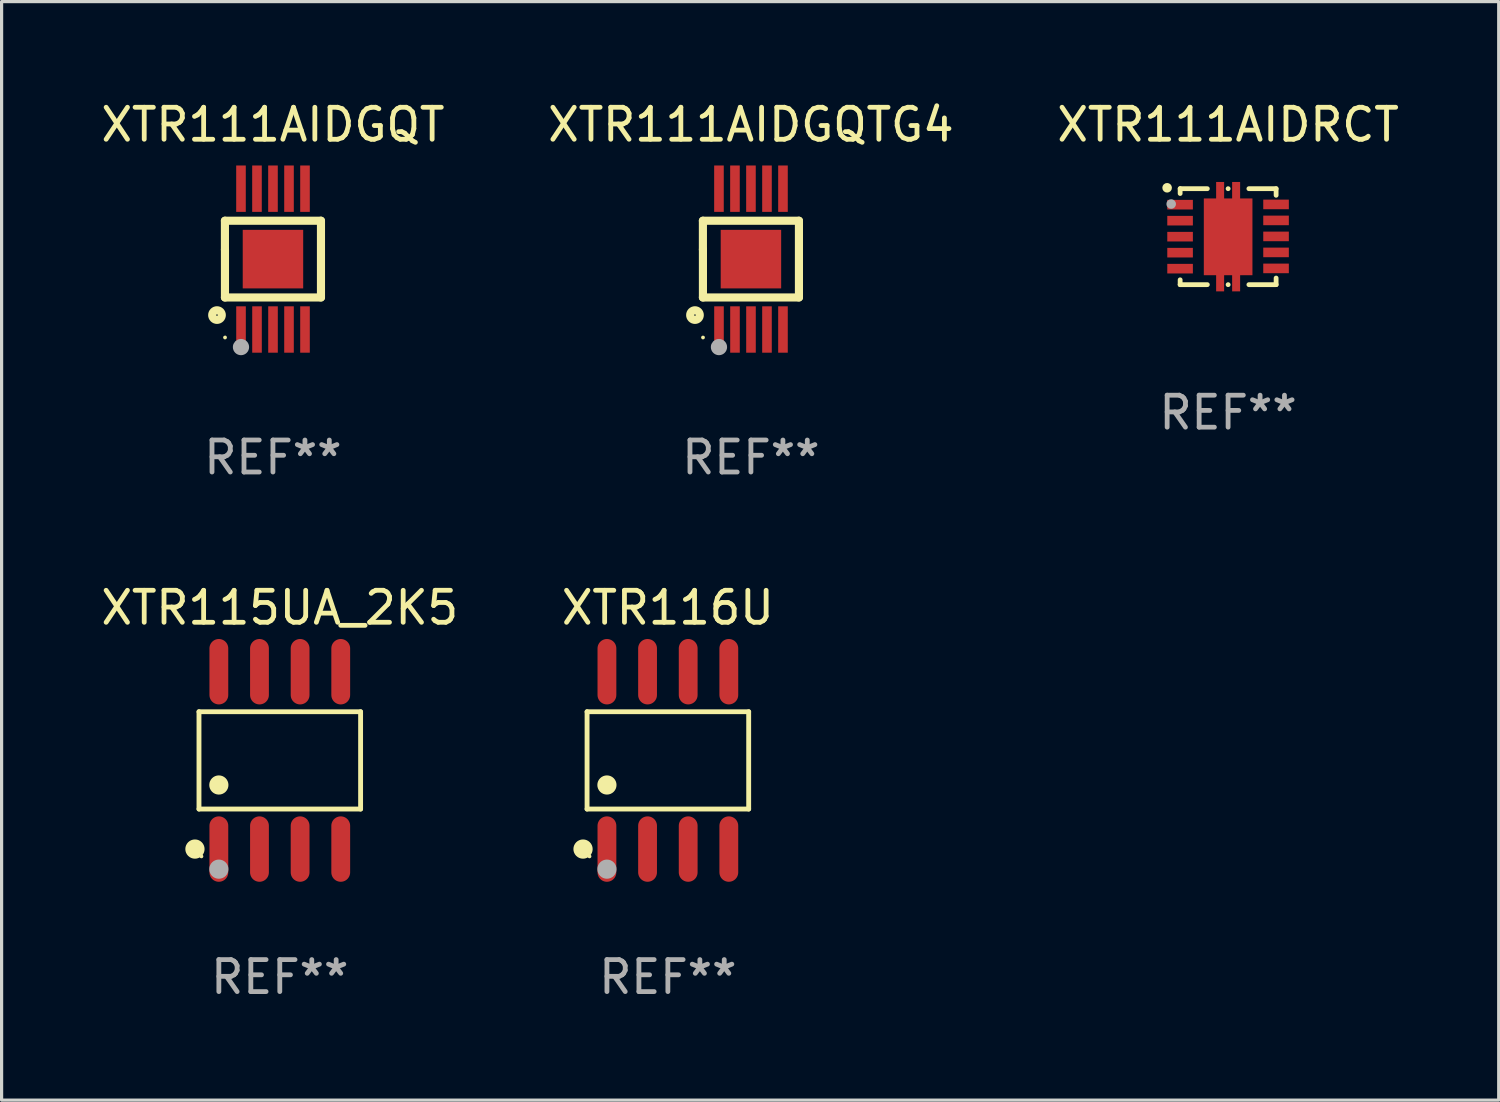
<source format=kicad_pcb>
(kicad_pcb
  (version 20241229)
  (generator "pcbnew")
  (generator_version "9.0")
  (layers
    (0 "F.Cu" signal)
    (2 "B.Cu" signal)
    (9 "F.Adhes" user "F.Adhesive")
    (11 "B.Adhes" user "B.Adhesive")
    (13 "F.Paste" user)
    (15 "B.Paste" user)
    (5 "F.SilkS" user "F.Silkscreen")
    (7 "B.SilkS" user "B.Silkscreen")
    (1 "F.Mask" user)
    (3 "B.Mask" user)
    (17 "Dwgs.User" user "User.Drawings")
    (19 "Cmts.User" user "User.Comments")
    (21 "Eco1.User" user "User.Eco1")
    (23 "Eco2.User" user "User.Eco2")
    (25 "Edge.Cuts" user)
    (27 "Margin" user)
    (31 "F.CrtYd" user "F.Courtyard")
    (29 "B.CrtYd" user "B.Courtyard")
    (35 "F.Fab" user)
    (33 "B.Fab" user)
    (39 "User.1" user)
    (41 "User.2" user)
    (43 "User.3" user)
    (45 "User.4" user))
  (footprint "XTR111AIDGQT"
    (layer "F.Cu")
    (at 5.482 5.049)
    (property "Reference" "XTR111AIDGQT" (at 0 -4.201 0) (layer "F.SilkS") (effects (font (size 1 1) (thickness 0.15))))
    (attr through_hole)
    (fp_line (start -1.501 -1.199) (end -1.501 -0.3) (stroke (width 0.254) (type solid)) (layer "F.SilkS"))
    (fp_line (start -1.501 1.199) (end 1.501 1.199) (stroke (width 0.254) (type solid)) (layer "F.SilkS"))
    (fp_line (start -1.5 1.2) (end -1.5 -0.3) (stroke (width 0.254) (type solid)) (layer "F.SilkS"))
    (fp_line (start 1.501 -1.199) (end -1.501 -1.199) (stroke (width 0.254) (type solid)) (layer "F.SilkS"))
    (fp_line (start 1.501 1.199) (end 1.501 -1.199) (stroke (width 0.254) (type solid)) (layer "F.SilkS"))
    (fp_circle (center -1.749 1.75) (end -1.599 1.75) (stroke (width 0.254) (type solid)) (fill no) (layer "F.SilkS"))
    (fp_circle (center -1.499 2.45) (end -1.469 2.45) (stroke (width 0.06) (type solid)) (fill no) (layer "F.SilkS"))
    (fp_circle (center -0.999 2.75) (end -0.872 2.75) (stroke (width 0.254) (type solid)) (fill no) (layer "F.Fab"))
    (fp_text user "REF**" (at 0 6.201 0) (layer "F.Fab") (effects (font (size 1 1) (thickness 0.15))))
    (pad "1" smd rect (at -0.998 2.201) (size 0.3 1.45) (layers "F.Cu" "F.Mask" "F.Paste"))
    (pad "2" smd rect (at -0.498 2.201) (size 0.3 1.45) (layers "F.Cu" "F.Mask" "F.Paste"))
    (pad "3" smd rect (at 0.002 2.201) (size 0.3 1.45) (layers "F.Cu" "F.Mask" "F.Paste"))
    (pad "4" smd rect (at 0.502 2.201) (size 0.3 1.45) (layers "F.Cu" "F.Mask" "F.Paste"))
    (pad "5" smd rect (at 1.002 2.201) (size 0.3 1.45) (layers "F.Cu" "F.Mask" "F.Paste"))
    (pad "6" smd rect (at 1.002 -2.201) (size 0.3 1.45) (layers "F.Cu" "F.Mask" "F.Paste"))
    (pad "7" smd rect (at 0.502 -2.201) (size 0.3 1.45) (layers "F.Cu" "F.Mask" "F.Paste"))
    (pad "8" smd rect (at 0.001 -2.201) (size 0.3 1.45) (layers "F.Cu" "F.Mask" "F.Paste"))
    (pad "9" smd rect (at -0.499 -2.201) (size 0.3 1.45) (layers "F.Cu" "F.Mask" "F.Paste"))
    (pad "10" smd rect (at -0.999 -2.201) (size 0.3 1.45) (layers "F.Cu" "F.Mask" "F.Paste"))
    (pad "11" smd rect (at 0.000381 0.001) (size 1.89 1.83) (layers "F.Cu" "F.Mask" "F.Paste")))
  (footprint "XTR111AIDGQTG4"
    (layer "F.Cu")
    (at 20.423 5.049)
    (property "Reference" "XTR111AIDGQTG4" (at 0 -4.201 0) (layer "F.SilkS") (effects (font (size 1 1) (thickness 0.15))))
    (attr through_hole)
    (fp_line (start -1.501 -1.199) (end -1.501 -0.3) (stroke (width 0.254) (type solid)) (layer "F.SilkS"))
    (fp_line (start -1.501 1.199) (end 1.501 1.199) (stroke (width 0.254) (type solid)) (layer "F.SilkS"))
    (fp_line (start -1.5 1.2) (end -1.5 -0.3) (stroke (width 0.254) (type solid)) (layer "F.SilkS"))
    (fp_line (start 1.501 -1.199) (end -1.501 -1.199) (stroke (width 0.254) (type solid)) (layer "F.SilkS"))
    (fp_line (start 1.501 1.199) (end 1.501 -1.199) (stroke (width 0.254) (type solid)) (layer "F.SilkS"))
    (fp_circle (center -1.749 1.75) (end -1.599 1.75) (stroke (width 0.254) (type solid)) (fill no) (layer "F.SilkS"))
    (fp_circle (center -1.499 2.45) (end -1.469 2.45) (stroke (width 0.06) (type solid)) (fill no) (layer "F.SilkS"))
    (fp_circle (center -0.999 2.75) (end -0.872 2.75) (stroke (width 0.254) (type solid)) (fill no) (layer "F.Fab"))
    (fp_text user "REF**" (at 0 6.201 0) (layer "F.Fab") (effects (font (size 1 1) (thickness 0.15))))
    (pad "1" smd rect (at -0.998 2.201) (size 0.3 1.45) (layers "F.Cu" "F.Mask" "F.Paste"))
    (pad "2" smd rect (at -0.498 2.201) (size 0.3 1.45) (layers "F.Cu" "F.Mask" "F.Paste"))
    (pad "3" smd rect (at 0.002 2.201) (size 0.3 1.45) (layers "F.Cu" "F.Mask" "F.Paste"))
    (pad "4" smd rect (at 0.502 2.201) (size 0.3 1.45) (layers "F.Cu" "F.Mask" "F.Paste"))
    (pad "5" smd rect (at 1.002 2.201) (size 0.3 1.45) (layers "F.Cu" "F.Mask" "F.Paste"))
    (pad "6" smd rect (at 1.002 -2.201) (size 0.3 1.45) (layers "F.Cu" "F.Mask" "F.Paste"))
    (pad "7" smd rect (at 0.502 -2.201) (size 0.3 1.45) (layers "F.Cu" "F.Mask" "F.Paste"))
    (pad "8" smd rect (at 0.001 -2.201) (size 0.3 1.45) (layers "F.Cu" "F.Mask" "F.Paste"))
    (pad "9" smd rect (at -0.499 -2.201) (size 0.3 1.45) (layers "F.Cu" "F.Mask" "F.Paste"))
    (pad "10" smd rect (at -0.999 -2.201) (size 0.3 1.45) (layers "F.Cu" "F.Mask" "F.Paste"))
    (pad "11" smd rect (at 0.000381 0.001) (size 1.89 1.83) (layers "F.Cu" "F.Mask" "F.Paste")))
  (footprint "XTR116U"
    (layer "F.Cu")
    (at 17.827 20.719)
    (property "Reference" "XTR116U" (at 0 -4.772 0) (layer "F.SilkS") (effects (font (size 1 1) (thickness 0.15))))
    (attr through_hole)
    (fp_line (start -2.526 -1.521) (end 2.526 -1.521) (stroke (width 0.152) (type solid)) (layer "F.SilkS"))
    (fp_line (start -2.526 1.521) (end -2.526 -1.521) (stroke (width 0.152) (type solid)) (layer "F.SilkS"))
    (fp_line (start 2.526 -1.521) (end 2.526 1.521) (stroke (width 0.152) (type solid)) (layer "F.SilkS"))
    (fp_line (start 2.526 1.521) (end -2.526 1.521) (stroke (width 0.152) (type solid)) (layer "F.SilkS"))
    (fp_circle (center -2.652 2.772) (end -2.501 2.772) (stroke (width 0.3) (type solid)) (fill no) (layer "F.SilkS"))
    (fp_circle (center -2.45 3) (end -2.42 3) (stroke (width 0.06) (type solid)) (fill no) (layer "F.SilkS"))
    (fp_circle (center -1.905 0.769) (end -1.755 0.769) (stroke (width 0.3) (type solid)) (fill no) (layer "F.SilkS"))
    (fp_circle (center -1.905 3.4) (end -1.755 3.4) (stroke (width 0.3) (type solid)) (fill no) (layer "F.Fab"))
    (fp_text user "REF**" (at 0 6.772 0) (layer "F.Fab") (effects (font (size 1 1) (thickness 0.15))))
    (pad "1" smd oval (at -1.905 2.772) (size 0.588 2.045) (layers "F.Cu" "F.Mask" "F.Paste"))
    (pad "2" smd oval (at -0.635 2.772) (size 0.588 2.045) (layers "F.Cu" "F.Mask" "F.Paste"))
    (pad "3" smd oval (at 0.635 2.772) (size 0.588 2.045) (layers "F.Cu" "F.Mask" "F.Paste"))
    (pad "4" smd oval (at 1.905 2.772) (size 0.588 2.045) (layers "F.Cu" "F.Mask" "F.Paste"))
    (pad "5" smd oval (at 1.905 -2.772) (size 0.588 2.045) (layers "F.Cu" "F.Mask" "F.Paste"))
    (pad "6" smd oval (at 0.635 -2.772) (size 0.588 2.045) (layers "F.Cu" "F.Mask" "F.Paste"))
    (pad "7" smd oval (at -0.635 -2.772) (size 0.588 2.045) (layers "F.Cu" "F.Mask" "F.Paste"))
    (pad "8" smd oval (at -1.905 -2.772) (size 0.588 2.045) (layers "F.Cu" "F.Mask" "F.Paste")))
  (footprint "XTR115UA_2K5"
    (layer "F.Cu")
    (at 5.696 20.719)
    (property "Reference" "XTR115UA_2K5" (at 0 -4.772 0) (layer "F.SilkS") (effects (font (size 1 1) (thickness 0.15))))
    (attr through_hole)
    (fp_line (start -2.526 -1.521) (end 2.526 -1.521) (stroke (width 0.152) (type solid)) (layer "F.SilkS"))
    (fp_line (start -2.526 1.521) (end -2.526 -1.521) (stroke (width 0.152) (type solid)) (layer "F.SilkS"))
    (fp_line (start 2.526 -1.521) (end 2.526 1.521) (stroke (width 0.152) (type solid)) (layer "F.SilkS"))
    (fp_line (start 2.526 1.521) (end -2.526 1.521) (stroke (width 0.152) (type solid)) (layer "F.SilkS"))
    (fp_circle (center -2.652 2.772) (end -2.501 2.772) (stroke (width 0.3) (type solid)) (fill no) (layer "F.SilkS"))
    (fp_circle (center -2.45 3) (end -2.42 3) (stroke (width 0.06) (type solid)) (fill no) (layer "F.SilkS"))
    (fp_circle (center -1.905 0.769) (end -1.755 0.769) (stroke (width 0.3) (type solid)) (fill no) (layer "F.SilkS"))
    (fp_circle (center -1.905 3.4) (end -1.755 3.4) (stroke (width 0.3) (type solid)) (fill no) (layer "F.Fab"))
    (fp_text user "REF**" (at 0 6.772 0) (layer "F.Fab") (effects (font (size 1 1) (thickness 0.15))))
    (pad "1" smd oval (at -1.905 2.772) (size 0.588 2.045) (layers "F.Cu" "F.Mask" "F.Paste"))
    (pad "2" smd oval (at -0.635 2.772) (size 0.588 2.045) (layers "F.Cu" "F.Mask" "F.Paste"))
    (pad "3" smd oval (at 0.635 2.772) (size 0.588 2.045) (layers "F.Cu" "F.Mask" "F.Paste"))
    (pad "4" smd oval (at 1.905 2.772) (size 0.588 2.045) (layers "F.Cu" "F.Mask" "F.Paste"))
    (pad "5" smd oval (at 1.905 -2.772) (size 0.588 2.045) (layers "F.Cu" "F.Mask" "F.Paste"))
    (pad "6" smd oval (at 0.635 -2.772) (size 0.588 2.045) (layers "F.Cu" "F.Mask" "F.Paste"))
    (pad "7" smd oval (at -0.635 -2.772) (size 0.588 2.045) (layers "F.Cu" "F.Mask" "F.Paste"))
    (pad "8" smd oval (at -1.905 -2.772) (size 0.588 2.045) (layers "F.Cu" "F.Mask" "F.Paste")))
  (footprint "XTR111AIDRCT"
    (layer "F.Cu")
    (at 35.339 4.348)
    (property "Reference" "XTR111AIDRCT" (at 0 -3.5 0) (layer "F.SilkS") (effects (font (size 1 1) (thickness 0.15))))
    (attr through_hole)
    (fp_line (start -1.499 -1.5) (end -1.499 -1.349) (stroke (width 0.15) (type solid)) (layer "F.SilkS"))
    (fp_line (start -1.499 -1.5) (end -0.649 -1.5) (stroke (width 0.15) (type solid)) (layer "F.SilkS"))
    (fp_line (start -1.499 1.349) (end -1.499 1.5) (stroke (width 0.15) (type solid)) (layer "F.SilkS"))
    (fp_line (start -0.649 1.5) (end -1.499 1.5) (stroke (width 0.15) (type solid)) (layer "F.SilkS"))
    (fp_line (start -0.000241 -1.5) (end 0.002 -1.5) (stroke (width 0.15) (type solid)) (layer "F.SilkS"))
    (fp_line (start 0.002 1.5) (end -0.000241 1.5) (stroke (width 0.15) (type solid)) (layer "F.SilkS"))
    (fp_line (start 0.65 -1.5) (end 1.501 -1.5) (stroke (width 0.15) (type solid)) (layer "F.SilkS"))
    (fp_line (start 1.501 -1.5) (end 1.501 -1.294) (stroke (width 0.15) (type solid)) (layer "F.SilkS"))
    (fp_line (start 1.501 1.294) (end 1.501 1.5) (stroke (width 0.15) (type solid)) (layer "F.SilkS"))
    (fp_line (start 1.501 1.5) (end 0.65 1.5) (stroke (width 0.15) (type solid)) (layer "F.SilkS"))
    (fp_circle (center -1.906 -1.528) (end -1.831 -1.528) (stroke (width 0.15) (type solid)) (fill no) (layer "F.SilkS"))
    (fp_circle (center -1.501 -1.504) (end -1.471 -1.504) (stroke (width 0.06) (type solid)) (fill no) (layer "F.SilkS"))
    (fp_circle (center -1.779 -1.02) (end -1.704 -1.02) (stroke (width 0.15) (type solid)) (fill no) (layer "F.Fab"))
    (fp_text user "REF**" (at 0 5.5 0) (layer "F.Fab") (effects (font (size 1 1) (thickness 0.15))))
    (pad "1" smd rect (at -1.501 -1) (size 0.8 0.3) (layers "F.Cu" "F.Mask" "F.Paste"))
    (pad "2" smd rect (at -1.501 -0.5) (size 0.8 0.3) (layers "F.Cu" "F.Mask" "F.Paste"))
    (pad "3" smd rect (at -1.501 0.000127) (size 0.8 0.3) (layers "F.Cu" "F.Mask" "F.Paste"))
    (pad "4" smd rect (at -1.501 0.5) (size 0.8 0.3) (layers "F.Cu" "F.Mask" "F.Paste"))
    (pad "5" smd rect (at -1.501 1) (size 0.8 0.3) (layers "F.Cu" "F.Mask" "F.Paste"))
    (pad "6" smd rect (at 1.499 0.992) (size 0.8 0.3) (layers "F.Cu" "F.Mask" "F.Paste"))
    (pad "7" smd rect (at 1.499 0.492) (size 0.8 0.3) (layers "F.Cu" "F.Mask" "F.Paste"))
    (pad "8" smd rect (at 1.499 -0.008) (size 0.8 0.3) (layers "F.Cu" "F.Mask" "F.Paste"))
    (pad "9" smd rect (at 1.499 -0.508) (size 0.8 0.3) (layers "F.Cu" "F.Mask" "F.Paste"))
    (pad "10" smd rect (at 1.499 -1.008) (size 0.8 0.3) (layers "F.Cu" "F.Mask" "F.Paste"))
    (pad "11" smd custom (at 0.001 0.005) (size 1.52 3.42) (layers "F.Cu" "F.Mask" "F.Paste") (options (anchor circle)) (primitives (gr_poly (pts (xy -0.76 -1.2) (xy -0.375 -1.2) (xy -0.375 -1.715) (xy -0.125 -1.715) (xy -0.125 -1.2) (xy 0.125 -1.2) (xy 0.125 -1.715) (xy 0.375 -1.715) (xy 0.375 -1.2) (xy 0.76 -1.2) (xy 0.76 1.2) (xy 0.375 1.2) (xy 0.375 1.705) (xy 0.125 1.705) (xy 0.125 1.2) (xy -0.125 1.2) (xy -0.125 1.705) (xy -0.375 1.705) (xy -0.375 1.2) (xy -0.76 1.2) (xy -0.76 -0.895) (xy -0.76 -0.895)) (width 0) (fill yes)))))
  (gr_rect
    (start -3 -3)
    (end 43.798 31.34)
    (stroke (width 0.1) (type default))
    (fill no)
    (layer "Edge.Cuts")))
</source>
